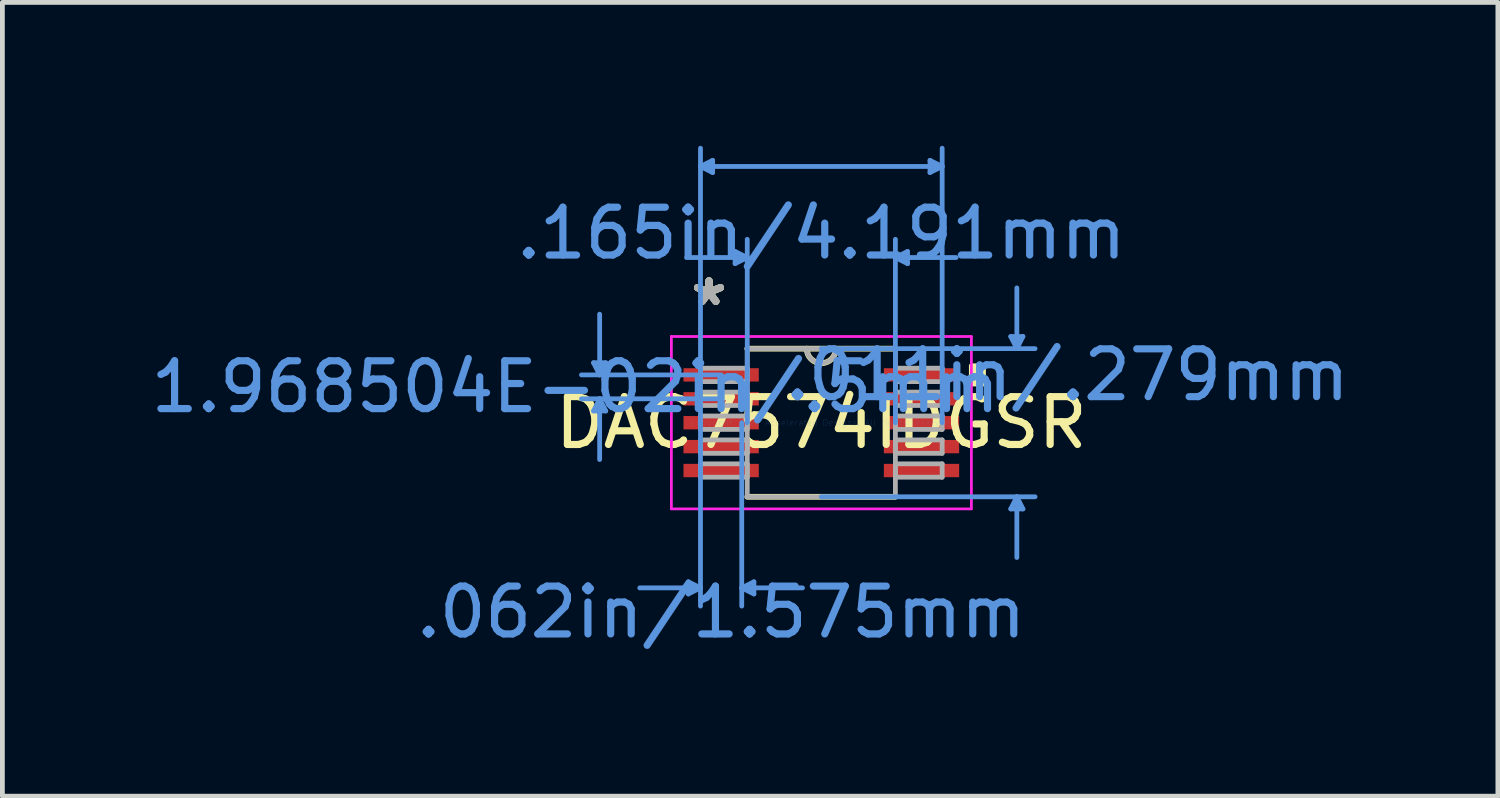
<source format=kicad_pcb>
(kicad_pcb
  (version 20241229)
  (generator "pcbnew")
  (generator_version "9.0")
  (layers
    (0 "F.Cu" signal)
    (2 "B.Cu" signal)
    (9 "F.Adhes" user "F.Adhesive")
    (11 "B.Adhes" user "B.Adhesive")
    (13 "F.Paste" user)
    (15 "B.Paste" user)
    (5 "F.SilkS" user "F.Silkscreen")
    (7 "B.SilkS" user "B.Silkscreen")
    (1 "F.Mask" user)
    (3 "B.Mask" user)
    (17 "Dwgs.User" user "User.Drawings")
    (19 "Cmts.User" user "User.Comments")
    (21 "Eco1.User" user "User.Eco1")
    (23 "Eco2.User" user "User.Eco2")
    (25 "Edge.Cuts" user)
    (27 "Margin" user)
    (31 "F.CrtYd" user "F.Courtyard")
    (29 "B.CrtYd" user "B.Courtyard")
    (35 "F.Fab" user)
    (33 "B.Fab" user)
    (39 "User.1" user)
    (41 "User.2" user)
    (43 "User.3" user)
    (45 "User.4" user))
  (footprint "DAC7574IDGSR"
    (layer "F.Cu")
    (at 14.126 5.79)
    (property "Reference" "DAC7574IDGSR" (at 0 0 0) (layer "F.SilkS") (effects (font (size 1 1) (thickness 0.15))))
    (attr through_hole)
    (fp_line (start -1.549 1.549) (end 1.549 1.549) (stroke (width 0.12) (type solid)) (layer "F.SilkS"))
    (fp_line (start 1.549 -1.549) (end -1.549 -1.549) (stroke (width 0.12) (type solid)) (layer "F.SilkS"))
    (fp_arc (start 0.3048 -1.5494) (mid 0 -1.2446) (end -0.3048 -1.5494) (stroke (width 0.12) (type solid)) (layer "F.SilkS"))
    (fp_poly (pts (xy 3.391 -1.191) (xy 3.391 -0.81) (xy 3.137 -0.81) (xy 3.137 -1.191)) (stroke (width 0.1) (type solid)) (fill yes) (layer "F.SilkS"))
    (fp_line (start -4.763 -1.254) (end -4.508 -1.254) (stroke (width 0.1) (type solid)) (layer "Cmts.User"))
    (fp_line (start -4.763 -0.246) (end -4.508 -0.246) (stroke (width 0.1) (type solid)) (layer "Cmts.User"))
    (fp_line (start -4.636 -1) (end -4.763 -1.254) (stroke (width 0.1) (type solid)) (layer "Cmts.User"))
    (fp_line (start -4.636 -1) (end -4.636 -2.27) (stroke (width 0.1) (type solid)) (layer "Cmts.User"))
    (fp_line (start -4.636 -1) (end -4.508 -1.254) (stroke (width 0.1) (type solid)) (layer "Cmts.User"))
    (fp_line (start -4.636 -0.5) (end -4.763 -0.246) (stroke (width 0.1) (type solid)) (layer "Cmts.User"))
    (fp_line (start -4.636 -0.5) (end -4.636 0.77) (stroke (width 0.1) (type solid)) (layer "Cmts.User"))
    (fp_line (start -4.636 -0.5) (end -4.508 -0.246) (stroke (width 0.1) (type solid)) (layer "Cmts.User"))
    (fp_line (start -2.781 3.327) (end -2.781 3.581) (stroke (width 0.1) (type solid)) (layer "Cmts.User"))
    (fp_line (start -2.527 -5.359) (end -2.273 -5.486) (stroke (width 0.1) (type solid)) (layer "Cmts.User"))
    (fp_line (start -2.527 -5.359) (end -2.273 -5.232) (stroke (width 0.1) (type solid)) (layer "Cmts.User"))
    (fp_line (start -2.527 -5.359) (end 2.527 -5.359) (stroke (width 0.1) (type solid)) (layer "Cmts.User"))
    (fp_line (start -2.527 0) (end -2.527 -5.74) (stroke (width 0.1) (type solid)) (layer "Cmts.User"))
    (fp_line (start -2.527 0) (end -2.527 3.835) (stroke (width 0.1) (type solid)) (layer "Cmts.User"))
    (fp_line (start -2.527 3.454) (end -3.797 3.454) (stroke (width 0.1) (type solid)) (layer "Cmts.User"))
    (fp_line (start -2.527 3.454) (end -2.781 3.327) (stroke (width 0.1) (type solid)) (layer "Cmts.User"))
    (fp_line (start -2.527 3.454) (end -2.781 3.581) (stroke (width 0.1) (type solid)) (layer "Cmts.User"))
    (fp_line (start -2.273 -5.486) (end -2.273 -5.232) (stroke (width 0.1) (type solid)) (layer "Cmts.User"))
    (fp_line (start -2.095 -1) (end -5.016 -1) (stroke (width 0.1) (type solid)) (layer "Cmts.User"))
    (fp_line (start -2.095 -0.5) (end -5.016 -0.5) (stroke (width 0.1) (type solid)) (layer "Cmts.User"))
    (fp_line (start -1.803 -3.581) (end -1.803 -3.327) (stroke (width 0.1) (type solid)) (layer "Cmts.User"))
    (fp_line (start -1.664 0) (end -1.664 3.835) (stroke (width 0.1) (type solid)) (layer "Cmts.User"))
    (fp_line (start -1.664 3.454) (end -1.41 3.327) (stroke (width 0.1) (type solid)) (layer "Cmts.User"))
    (fp_line (start -1.664 3.454) (end -1.41 3.581) (stroke (width 0.1) (type solid)) (layer "Cmts.User"))
    (fp_line (start -1.664 3.454) (end -0.394 3.454) (stroke (width 0.1) (type solid)) (layer "Cmts.User"))
    (fp_line (start -1.549 -3.454) (end -2.819 -3.454) (stroke (width 0.1) (type solid)) (layer "Cmts.User"))
    (fp_line (start -1.549 -3.454) (end -1.803 -3.581) (stroke (width 0.1) (type solid)) (layer "Cmts.User"))
    (fp_line (start -1.549 -3.454) (end -1.803 -3.327) (stroke (width 0.1) (type solid)) (layer "Cmts.User"))
    (fp_line (start -1.549 0) (end -1.549 -3.835) (stroke (width 0.1) (type solid)) (layer "Cmts.User"))
    (fp_line (start -1.41 3.327) (end -1.41 3.581) (stroke (width 0.1) (type solid)) (layer "Cmts.User"))
    (fp_line (start 0 -1.549) (end 4.47 -1.549) (stroke (width 0.1) (type solid)) (layer "Cmts.User"))
    (fp_line (start 0 1.549) (end 4.47 1.549) (stroke (width 0.1) (type solid)) (layer "Cmts.User"))
    (fp_line (start 1.549 -3.454) (end 1.803 -3.581) (stroke (width 0.1) (type solid)) (layer "Cmts.User"))
    (fp_line (start 1.549 -3.454) (end 1.803 -3.327) (stroke (width 0.1) (type solid)) (layer "Cmts.User"))
    (fp_line (start 1.549 -3.454) (end 2.819 -3.454) (stroke (width 0.1) (type solid)) (layer "Cmts.User"))
    (fp_line (start 1.549 0) (end 1.549 -3.835) (stroke (width 0.1) (type solid)) (layer "Cmts.User"))
    (fp_line (start 1.803 -3.581) (end 1.803 -3.327) (stroke (width 0.1) (type solid)) (layer "Cmts.User"))
    (fp_line (start 2.273 -5.486) (end 2.273 -5.232) (stroke (width 0.1) (type solid)) (layer "Cmts.User"))
    (fp_line (start 2.527 -5.359) (end 2.273 -5.486) (stroke (width 0.1) (type solid)) (layer "Cmts.User"))
    (fp_line (start 2.527 -5.359) (end 2.273 -5.232) (stroke (width 0.1) (type solid)) (layer "Cmts.User"))
    (fp_line (start 2.527 0) (end 2.527 -5.74) (stroke (width 0.1) (type solid)) (layer "Cmts.User"))
    (fp_line (start 3.962 -1.803) (end 4.216 -1.803) (stroke (width 0.1) (type solid)) (layer "Cmts.User"))
    (fp_line (start 3.962 1.803) (end 4.216 1.803) (stroke (width 0.1) (type solid)) (layer "Cmts.User"))
    (fp_line (start 4.089 -1.549) (end 3.962 -1.803) (stroke (width 0.1) (type solid)) (layer "Cmts.User"))
    (fp_line (start 4.089 -1.549) (end 4.089 -2.819) (stroke (width 0.1) (type solid)) (layer "Cmts.User"))
    (fp_line (start 4.089 -1.549) (end 4.216 -1.803) (stroke (width 0.1) (type solid)) (layer "Cmts.User"))
    (fp_line (start 4.089 1.549) (end 3.962 1.803) (stroke (width 0.1) (type solid)) (layer "Cmts.User"))
    (fp_line (start 4.089 1.549) (end 4.089 2.819) (stroke (width 0.1) (type solid)) (layer "Cmts.User"))
    (fp_line (start 4.089 1.549) (end 4.216 1.803) (stroke (width 0.1) (type solid)) (layer "Cmts.User"))
    (fp_line (start -3.137 -1.803) (end 3.137 -1.803) (stroke (width 0.05) (type solid)) (layer "F.CrtYd"))
    (fp_line (start -3.137 -1.803) (end 3.137 -1.803) (stroke (width 0.05) (type solid)) (layer "F.CrtYd"))
    (fp_line (start -3.137 1.803) (end -3.137 -1.803) (stroke (width 0.05) (type solid)) (layer "F.CrtYd"))
    (fp_line (start -3.137 1.803) (end -3.137 -1.803) (stroke (width 0.05) (type solid)) (layer "F.CrtYd"))
    (fp_line (start 3.137 -1.803) (end 3.137 1.803) (stroke (width 0.05) (type solid)) (layer "F.CrtYd"))
    (fp_line (start 3.137 -1.803) (end 3.137 1.803) (stroke (width 0.05) (type solid)) (layer "F.CrtYd"))
    (fp_line (start 3.137 1.803) (end -3.137 1.803) (stroke (width 0.05) (type solid)) (layer "F.CrtYd"))
    (fp_line (start 3.137 1.803) (end -3.137 1.803) (stroke (width 0.05) (type solid)) (layer "F.CrtYd"))
    (fp_line (start -2.527 -1.14) (end -2.527 -0.86) (stroke (width 0.1) (type solid)) (layer "F.Fab"))
    (fp_line (start -2.527 -0.86) (end -1.549 -0.86) (stroke (width 0.1) (type solid)) (layer "F.Fab"))
    (fp_line (start -2.527 -0.64) (end -2.527 -0.36) (stroke (width 0.1) (type solid)) (layer "F.Fab"))
    (fp_line (start -2.527 -0.36) (end -1.549 -0.36) (stroke (width 0.1) (type solid)) (layer "F.Fab"))
    (fp_line (start -2.527 -0.14) (end -2.527 0.14) (stroke (width 0.1) (type solid)) (layer "F.Fab"))
    (fp_line (start -2.527 0.14) (end -1.549 0.14) (stroke (width 0.1) (type solid)) (layer "F.Fab"))
    (fp_line (start -2.527 0.36) (end -2.527 0.64) (stroke (width 0.1) (type solid)) (layer "F.Fab"))
    (fp_line (start -2.527 0.64) (end -1.549 0.64) (stroke (width 0.1) (type solid)) (layer "F.Fab"))
    (fp_line (start -2.527 0.86) (end -2.527 1.14) (stroke (width 0.1) (type solid)) (layer "F.Fab"))
    (fp_line (start -2.527 1.14) (end -1.549 1.14) (stroke (width 0.1) (type solid)) (layer "F.Fab"))
    (fp_line (start -1.549 -1.549) (end -1.549 1.549) (stroke (width 0.1) (type solid)) (layer "F.Fab"))
    (fp_line (start -1.549 -1.14) (end -2.527 -1.14) (stroke (width 0.1) (type solid)) (layer "F.Fab"))
    (fp_line (start -1.549 -0.86) (end -1.549 -1.14) (stroke (width 0.1) (type solid)) (layer "F.Fab"))
    (fp_line (start -1.549 -0.64) (end -2.527 -0.64) (stroke (width 0.1) (type solid)) (layer "F.Fab"))
    (fp_line (start -1.549 -0.36) (end -1.549 -0.64) (stroke (width 0.1) (type solid)) (layer "F.Fab"))
    (fp_line (start -1.549 -0.14) (end -2.527 -0.14) (stroke (width 0.1) (type solid)) (layer "F.Fab"))
    (fp_line (start -1.549 0.14) (end -1.549 -0.14) (stroke (width 0.1) (type solid)) (layer "F.Fab"))
    (fp_line (start -1.549 0.36) (end -2.527 0.36) (stroke (width 0.1) (type solid)) (layer "F.Fab"))
    (fp_line (start -1.549 0.64) (end -1.549 0.36) (stroke (width 0.1) (type solid)) (layer "F.Fab"))
    (fp_line (start -1.549 0.86) (end -2.527 0.86) (stroke (width 0.1) (type solid)) (layer "F.Fab"))
    (fp_line (start -1.549 1.14) (end -1.549 0.86) (stroke (width 0.1) (type solid)) (layer "F.Fab"))
    (fp_line (start -1.549 1.549) (end 1.549 1.549) (stroke (width 0.1) (type solid)) (layer "F.Fab"))
    (fp_line (start 1.549 -1.549) (end -1.549 -1.549) (stroke (width 0.1) (type solid)) (layer "F.Fab"))
    (fp_line (start 1.549 -1.14) (end 1.549 -0.86) (stroke (width 0.1) (type solid)) (layer "F.Fab"))
    (fp_line (start 1.549 -0.86) (end 2.527 -0.86) (stroke (width 0.1) (type solid)) (layer "F.Fab"))
    (fp_line (start 1.549 -0.64) (end 1.549 -0.36) (stroke (width 0.1) (type solid)) (layer "F.Fab"))
    (fp_line (start 1.549 -0.36) (end 2.527 -0.36) (stroke (width 0.1) (type solid)) (layer "F.Fab"))
    (fp_line (start 1.549 -0.14) (end 1.549 0.14) (stroke (width 0.1) (type solid)) (layer "F.Fab"))
    (fp_line (start 1.549 0.14) (end 2.527 0.14) (stroke (width 0.1) (type solid)) (layer "F.Fab"))
    (fp_line (start 1.549 0.36) (end 1.549 0.64) (stroke (width 0.1) (type solid)) (layer "F.Fab"))
    (fp_line (start 1.549 0.64) (end 2.527 0.64) (stroke (width 0.1) (type solid)) (layer "F.Fab"))
    (fp_line (start 1.549 0.86) (end 1.549 1.14) (stroke (width 0.1) (type solid)) (layer "F.Fab"))
    (fp_line (start 1.549 1.14) (end 2.527 1.14) (stroke (width 0.1) (type solid)) (layer "F.Fab"))
    (fp_line (start 1.549 1.549) (end 1.549 -1.549) (stroke (width 0.1) (type solid)) (layer "F.Fab"))
    (fp_line (start 2.527 -1.14) (end 1.549 -1.14) (stroke (width 0.1) (type solid)) (layer "F.Fab"))
    (fp_line (start 2.527 -0.86) (end 2.527 -1.14) (stroke (width 0.1) (type solid)) (layer "F.Fab"))
    (fp_line (start 2.527 -0.64) (end 1.549 -0.64) (stroke (width 0.1) (type solid)) (layer "F.Fab"))
    (fp_line (start 2.527 -0.36) (end 2.527 -0.64) (stroke (width 0.1) (type solid)) (layer "F.Fab"))
    (fp_line (start 2.527 -0.14) (end 1.549 -0.14) (stroke (width 0.1) (type solid)) (layer "F.Fab"))
    (fp_line (start 2.527 0.14) (end 2.527 -0.14) (stroke (width 0.1) (type solid)) (layer "F.Fab"))
    (fp_line (start 2.527 0.36) (end 1.549 0.36) (stroke (width 0.1) (type solid)) (layer "F.Fab"))
    (fp_line (start 2.527 0.64) (end 2.527 0.36) (stroke (width 0.1) (type solid)) (layer "F.Fab"))
    (fp_line (start 2.527 0.86) (end 1.549 0.86) (stroke (width 0.1) (type solid)) (layer "F.Fab"))
    (fp_line (start 2.527 1.14) (end 2.527 0.86) (stroke (width 0.1) (type solid)) (layer "F.Fab"))
    (fp_arc (start 0.3048 -1.5494) (mid 0 -1.2446) (end -0.3048 -1.5494) (stroke (width 0.1) (type solid)) (layer "F.Fab"))
    (fp_text user "*" (at -2.349 -2.422 0) (layer "F.SilkS") (effects (font (size 1 1) (thickness 0.15))))
    (fp_text user "*" (at -2.349 -2.422 0) (layer "F.SilkS") (effects (font (size 1 1) (thickness 0.15))))
    (fp_text user ".062in/1.575mm" (at -2.095 3.962 0) (layer "Cmts.User") (effects (font (size 1 1) (thickness 0.15))))
    (fp_text user "1.968504E-02in/.5mm" (at -5.144 -0.75 0) (layer "Cmts.User") (effects (font (size 1 1) (thickness 0.15))))
    (fp_text user "Copyright 2021 Accelerated Designs. All rights reserved." (at 0 0 0) (layer "Cmts.User") (effects (font (size 0.127 0.127) (thickness 0.002))))
    (fp_text user ".011in/.279mm" (at 5.144 -1 0) (layer "Cmts.User") (effects (font (size 1 1) (thickness 0.15))))
    (fp_text user ".165in/4.191mm" (at 0 -3.962 0) (layer "Cmts.User") (effects (font (size 1 1) (thickness 0.15))))
    (fp_text user "*" (at -2.349 -2.422 0) (layer "F.Fab") (effects (font (size 1 1) (thickness 0.15))))
    (fp_text user "*" (at -2.349 -2.422 0) (layer "F.Fab") (effects (font (size 1 1) (thickness 0.15))))
    (pad "1" smd rect (at -2.095 -1) (size 1.575 0.279) (layers "F.Cu" "F.Mask" "F.Paste"))
    (pad "2" smd rect (at -2.095 -0.5) (size 1.575 0.279) (layers "F.Cu" "F.Mask" "F.Paste"))
    (pad "3" smd rect (at -2.095 0) (size 1.575 0.279) (layers "F.Cu" "F.Mask" "F.Paste"))
    (pad "4" smd rect (at -2.095 0.5) (size 1.575 0.279) (layers "F.Cu" "F.Mask" "F.Paste"))
    (pad "5" smd rect (at -2.095 1) (size 1.575 0.279) (layers "F.Cu" "F.Mask" "F.Paste"))
    (pad "6" smd rect (at 2.095 1) (size 1.575 0.279) (layers "F.Cu" "F.Mask" "F.Paste"))
    (pad "7" smd rect (at 2.095 0.5) (size 1.575 0.279) (layers "F.Cu" "F.Mask" "F.Paste"))
    (pad "8" smd rect (at 2.095 0) (size 1.575 0.279) (layers "F.Cu" "F.Mask" "F.Paste"))
    (pad "9" smd rect (at 2.095 -0.5) (size 1.575 0.279) (layers "F.Cu" "F.Mask" "F.Paste"))
    (pad "10" smd rect (at 2.095 -1) (size 1.575 0.279) (layers "F.Cu" "F.Mask" "F.Paste")))
  (gr_rect
    (start -3 -3)
    (end 28.275 13.601)
    (stroke (width 0.1) (type default))
    (fill no)
    (layer "Edge.Cuts")))
</source>
